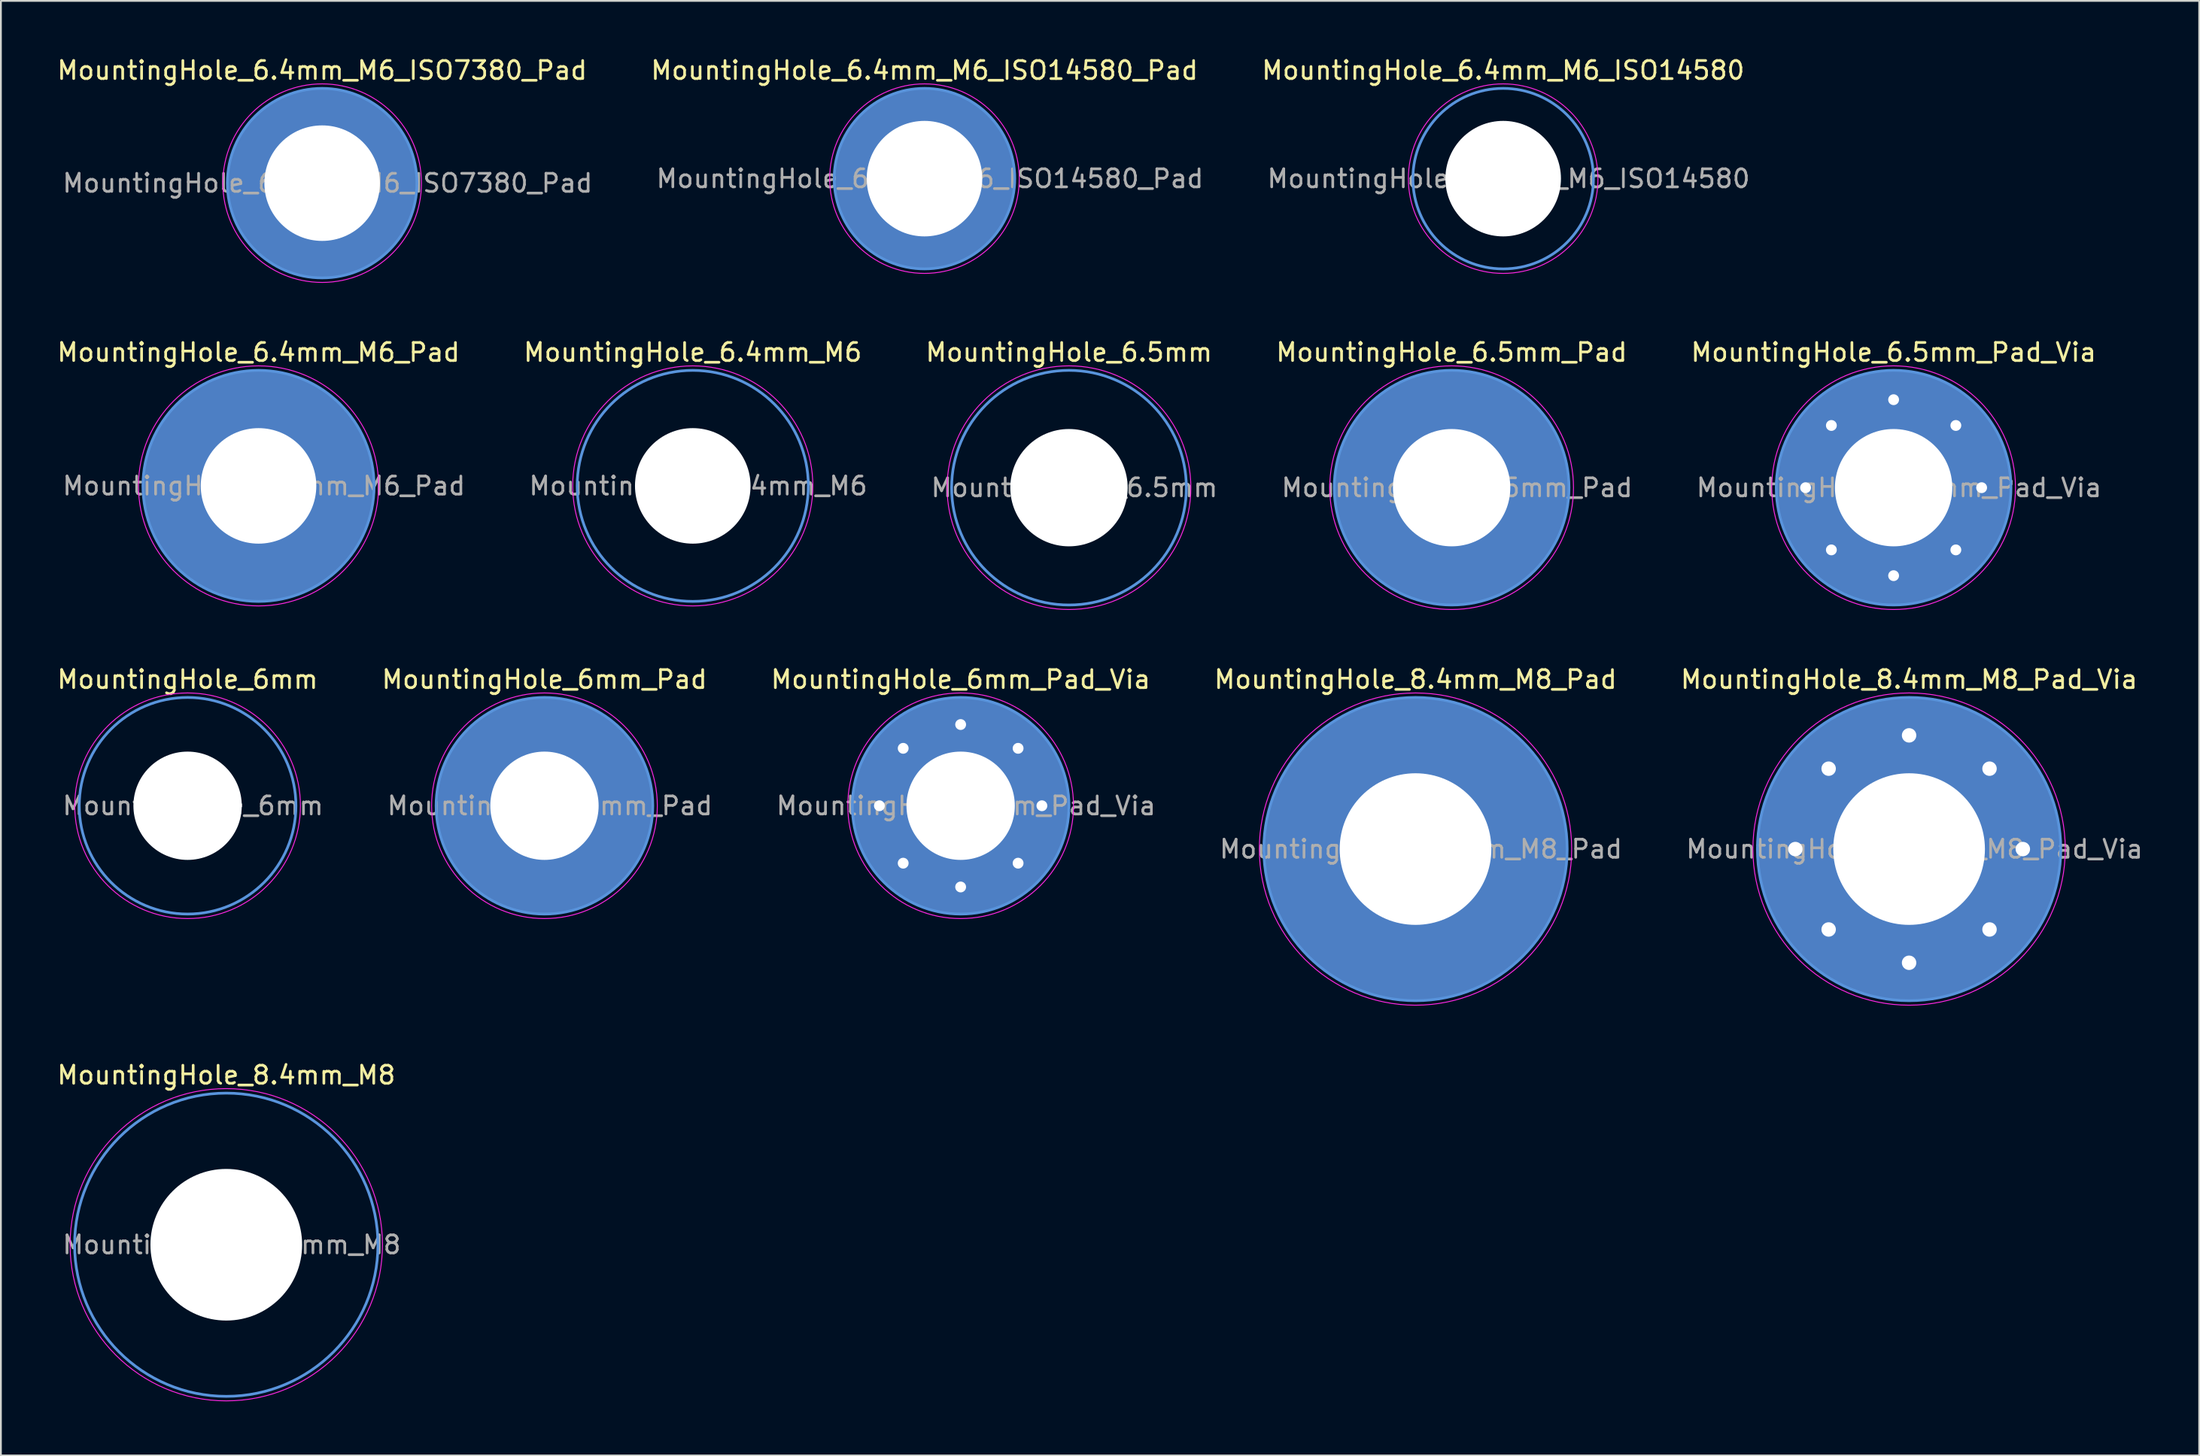
<source format=kicad_pcb>
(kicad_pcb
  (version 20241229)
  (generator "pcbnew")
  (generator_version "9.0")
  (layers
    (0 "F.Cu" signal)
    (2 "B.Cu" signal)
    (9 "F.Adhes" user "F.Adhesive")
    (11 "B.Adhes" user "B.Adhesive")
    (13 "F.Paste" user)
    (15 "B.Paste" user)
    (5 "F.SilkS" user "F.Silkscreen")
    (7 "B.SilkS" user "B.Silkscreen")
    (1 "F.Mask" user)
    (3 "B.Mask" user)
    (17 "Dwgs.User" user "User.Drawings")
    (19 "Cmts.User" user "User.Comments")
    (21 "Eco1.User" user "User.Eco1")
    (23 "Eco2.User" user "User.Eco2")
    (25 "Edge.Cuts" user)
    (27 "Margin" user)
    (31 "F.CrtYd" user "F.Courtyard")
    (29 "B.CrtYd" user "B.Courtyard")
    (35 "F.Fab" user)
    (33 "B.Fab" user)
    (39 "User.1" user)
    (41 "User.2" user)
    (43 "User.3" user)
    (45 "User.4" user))
  (footprint "MountingHole_6mm_Pad"
    (layer "F.Cu")
    (at 27.104 41.595)
    (property "Reference" "MountingHole_6mm_Pad" (at 0 -7 0) (layer "F.SilkS") (effects (font (size 1 1) (thickness 0.15))))
    (attr exclude_from_pos_files exclude_from_bom)
    (fp_circle (center 0 0) (end 6 0) (stroke (width 0.15) (type solid)) (fill no) (layer "Cmts.User"))
    (fp_circle (center 0 0) (end 6.25 0) (stroke (width 0.05) (type solid)) (fill no) (layer "F.CrtYd"))
    (fp_text user "${REFERENCE}" (at 0.3 0 0) (layer "F.Fab") (effects (font (size 1 1) (thickness 0.15))))
    (pad "1" thru_hole circle (at 0 0) (size 12 12) (drill 6) (layers "*.Cu" "*.Mask")))
  (footprint "MountingHole_6.5mm"
    (layer "F.Cu")
    (at 56.154 23.971)
    (property "Reference" "MountingHole_6.5mm" (at 0 -7.5 0) (layer "F.SilkS") (effects (font (size 1 1) (thickness 0.15))))
    (attr exclude_from_pos_files exclude_from_bom)
    (fp_circle (center 0 0) (end 6.5 0) (stroke (width 0.15) (type solid)) (fill no) (layer "Cmts.User"))
    (fp_circle (center 0 0) (end 6.75 0) (stroke (width 0.05) (type solid)) (fill no) (layer "F.CrtYd"))
    (fp_text user "${REFERENCE}" (at 0.3 0 0) (layer "F.Fab") (effects (font (size 1 1) (thickness 0.15))))
    (pad "" np_thru_hole circle (at 0 0) (size 6.5 6.5) (drill 6.5) (layers "*.Cu" "*.Mask")))
  (footprint "MountingHole_6.5mm_Pad"
    (layer "F.Cu")
    (at 77.346 23.971)
    (property "Reference" "MountingHole_6.5mm_Pad" (at 0 -7.5 0) (layer "F.SilkS") (effects (font (size 1 1) (thickness 0.15))))
    (attr exclude_from_pos_files exclude_from_bom)
    (fp_circle (center 0 0) (end 6.5 0) (stroke (width 0.15) (type solid)) (fill no) (layer "Cmts.User"))
    (fp_circle (center 0 0) (end 6.75 0) (stroke (width 0.05) (type solid)) (fill no) (layer "F.CrtYd"))
    (fp_text user "${REFERENCE}" (at 0.3 0 0) (layer "F.Fab") (effects (font (size 1 1) (thickness 0.15))))
    (pad "1" thru_hole circle (at 0 0) (size 13 13) (drill 6.5) (layers "*.Cu" "*.Mask")))
  (footprint "MountingHole_8.4mm_M8"
    (layer "F.Cu")
    (at 9.482 65.918)
    (property "Reference" "MountingHole_8.4mm_M8" (at 0 -9.4 0) (layer "F.SilkS") (effects (font (size 1 1) (thickness 0.15))))
    (attr exclude_from_pos_files exclude_from_bom)
    (fp_circle (center 0 0) (end 8.4 0) (stroke (width 0.15) (type solid)) (fill no) (layer "Cmts.User"))
    (fp_circle (center 0 0) (end 8.65 0) (stroke (width 0.05) (type solid)) (fill no) (layer "F.CrtYd"))
    (fp_text user "${REFERENCE}" (at 0.3 0 0) (layer "F.Fab") (effects (font (size 1 1) (thickness 0.15))))
    (pad "" np_thru_hole circle (at 0 0) (size 8.4 8.4) (drill 8.4) (layers "*.Cu" "*.Mask")))
  (footprint "MountingHole_6.4mm_M6_ISO14580"
    (layer "F.Cu")
    (at 80.201 6.848)
    (property "Reference" "MountingHole_6.4mm_M6_ISO14580" (at 0 -6 0) (layer "F.SilkS") (effects (font (size 1 1) (thickness 0.15))))
    (attr exclude_from_pos_files exclude_from_bom)
    (fp_circle (center 0 0) (end 5 0) (stroke (width 0.15) (type solid)) (fill no) (layer "Cmts.User"))
    (fp_circle (center 0 0) (end 5.25 0) (stroke (width 0.05) (type solid)) (fill no) (layer "F.CrtYd"))
    (fp_text user "${REFERENCE}" (at 0.3 0 0) (layer "F.Fab") (effects (font (size 1 1) (thickness 0.15))))
    (pad "" np_thru_hole circle (at 0 0) (size 6.4 6.4) (drill 6.4) (layers "*.Cu" "*.Mask")))
  (footprint "MountingHole_6.4mm_M6_ISO14580_Pad"
    (layer "F.Cu")
    (at 48.151 6.848)
    (property "Reference" "MountingHole_6.4mm_M6_ISO14580_Pad" (at 0 -6 0) (layer "F.SilkS") (effects (font (size 1 1) (thickness 0.15))))
    (attr exclude_from_pos_files exclude_from_bom)
    (fp_circle (center 0 0) (end 5 0) (stroke (width 0.15) (type solid)) (fill no) (layer "Cmts.User"))
    (fp_circle (center 0 0) (end 5.25 0) (stroke (width 0.05) (type solid)) (fill no) (layer "F.CrtYd"))
    (fp_text user "${REFERENCE}" (at 0.3 0 0) (layer "F.Fab") (effects (font (size 1 1) (thickness 0.15))))
    (pad "1" thru_hole circle (at 0 0) (size 10 10) (drill 6.4) (layers "*.Cu" "*.Mask")))
  (footprint "MountingHole_6.4mm_M6"
    (layer "F.Cu")
    (at 35.318 23.872)
    (property "Reference" "MountingHole_6.4mm_M6" (at 0 -7.4 0) (layer "F.SilkS") (effects (font (size 1 1) (thickness 0.15))))
    (attr exclude_from_pos_files exclude_from_bom)
    (fp_circle (center 0 0) (end 6.4 0) (stroke (width 0.15) (type solid)) (fill no) (layer "Cmts.User"))
    (fp_circle (center 0 0) (end 6.65 0) (stroke (width 0.05) (type solid)) (fill no) (layer "F.CrtYd"))
    (fp_text user "${REFERENCE}" (at 0.3 0 0) (layer "F.Fab") (effects (font (size 1 1) (thickness 0.15))))
    (pad "" np_thru_hole circle (at 0 0) (size 6.4 6.4) (drill 6.4) (layers "*.Cu" "*.Mask")))
  (footprint "MountingHole_6.4mm_M6_ISO7380_Pad"
    (layer "F.Cu")
    (at 14.792 7.098)
    (property "Reference" "MountingHole_6.4mm_M6_ISO7380_Pad" (at 0 -6.25 0) (layer "F.SilkS") (effects (font (size 1 1) (thickness 0.15))))
    (attr exclude_from_pos_files exclude_from_bom)
    (fp_circle (center 0 0) (end 5.25 0) (stroke (width 0.15) (type solid)) (fill no) (layer "Cmts.User"))
    (fp_circle (center 0 0) (end 5.5 0) (stroke (width 0.05) (type solid)) (fill no) (layer "F.CrtYd"))
    (fp_text user "${REFERENCE}" (at 0.3 0 0) (layer "F.Fab") (effects (font (size 1 1) (thickness 0.15))))
    (pad "1" thru_hole circle (at 0 0) (size 10.5 10.5) (drill 6.4) (layers "*.Cu" "*.Mask")))
  (footprint "MountingHole_6mm_Pad_Via"
    (layer "F.Cu")
    (at 50.154 41.595)
    (property "Reference" "MountingHole_6mm_Pad_Via" (at 0 -7 0) (layer "F.SilkS") (effects (font (size 1 1) (thickness 0.15))))
    (attr exclude_from_pos_files exclude_from_bom)
    (fp_circle (center 0 0) (end 6 0) (stroke (width 0.15) (type solid)) (fill no) (layer "Cmts.User"))
    (fp_circle (center 0 0) (end 6.25 0) (stroke (width 0.05) (type solid)) (fill no) (layer "F.CrtYd"))
    (fp_text user "${REFERENCE}" (at 0.3 0 0) (layer "F.Fab") (effects (font (size 1 1) (thickness 0.15))))
    (pad "1" thru_hole circle (at -4.5 0) (size 0.9 0.9) (drill 0.6) (layers "*.Cu" "*.Mask"))
    (pad "1" thru_hole circle (at -3.182 -3.182) (size 0.9 0.9) (drill 0.6) (layers "*.Cu" "*.Mask"))
    (pad "1" thru_hole circle (at -3.182 3.182) (size 0.9 0.9) (drill 0.6) (layers "*.Cu" "*.Mask"))
    (pad "1" thru_hole circle (at 0 -4.5) (size 0.9 0.9) (drill 0.6) (layers "*.Cu" "*.Mask"))
    (pad "1" thru_hole circle (at 0 0) (size 12 12) (drill 6) (layers "*.Cu" "*.Mask"))
    (pad "1" thru_hole circle (at 0 4.5) (size 0.9 0.9) (drill 0.6) (layers "*.Cu" "*.Mask"))
    (pad "1" thru_hole circle (at 3.182 -3.182) (size 0.9 0.9) (drill 0.6) (layers "*.Cu" "*.Mask"))
    (pad "1" thru_hole circle (at 3.182 3.182) (size 0.9 0.9) (drill 0.6) (layers "*.Cu" "*.Mask"))
    (pad "1" thru_hole circle (at 4.5 0) (size 0.9 0.9) (drill 0.6) (layers "*.Cu" "*.Mask")))
  (footprint "MountingHole_8.4mm_M8_Pad"
    (layer "F.Cu")
    (at 75.346 43.995)
    (property "Reference" "MountingHole_8.4mm_M8_Pad" (at 0 -9.4 0) (layer "F.SilkS") (effects (font (size 1 1) (thickness 0.15))))
    (attr exclude_from_pos_files exclude_from_bom)
    (fp_circle (center 0 0) (end 8.4 0) (stroke (width 0.15) (type solid)) (fill no) (layer "Cmts.User"))
    (fp_circle (center 0 0) (end 8.65 0) (stroke (width 0.05) (type solid)) (fill no) (layer "F.CrtYd"))
    (fp_text user "${REFERENCE}" (at 0.3 0 0) (layer "F.Fab") (effects (font (size 1 1) (thickness 0.15))))
    (pad "1" thru_hole circle (at 0 0) (size 16.8 16.8) (drill 8.4) (layers "*.Cu" "*.Mask")))
  (footprint "MountingHole_6mm"
    (layer "F.Cu")
    (at 7.339 41.595)
    (property "Reference" "MountingHole_6mm" (at 0 -7 0) (layer "F.SilkS") (effects (font (size 1 1) (thickness 0.15))))
    (attr exclude_from_pos_files exclude_from_bom)
    (fp_circle (center 0 0) (end 6 0) (stroke (width 0.15) (type solid)) (fill no) (layer "Cmts.User"))
    (fp_circle (center 0 0) (end 6.25 0) (stroke (width 0.05) (type solid)) (fill no) (layer "F.CrtYd"))
    (fp_text user "${REFERENCE}" (at 0.3 0 0) (layer "F.Fab") (effects (font (size 1 1) (thickness 0.15))))
    (pad "" np_thru_hole circle (at 0 0) (size 6 6) (drill 6) (layers "*.Cu" "*.Mask")))
  (footprint "MountingHole_6.4mm_M6_Pad"
    (layer "F.Cu")
    (at 11.268 23.872)
    (property "Reference" "MountingHole_6.4mm_M6_Pad" (at 0 -7.4 0) (layer "F.SilkS") (effects (font (size 1 1) (thickness 0.15))))
    (attr exclude_from_pos_files exclude_from_bom)
    (fp_circle (center 0 0) (end 6.4 0) (stroke (width 0.15) (type solid)) (fill no) (layer "Cmts.User"))
    (fp_circle (center 0 0) (end 6.65 0) (stroke (width 0.05) (type solid)) (fill no) (layer "F.CrtYd"))
    (fp_text user "${REFERENCE}" (at 0.3 0 0) (layer "F.Fab") (effects (font (size 1 1) (thickness 0.15))))
    (pad "1" thru_hole circle (at 0 0) (size 12.8 12.8) (drill 6.4) (layers "*.Cu" "*.Mask")))
  (footprint "MountingHole_8.4mm_M8_Pad_Via"
    (layer "F.Cu")
    (at 102.682 43.995)
    (property "Reference" "MountingHole_8.4mm_M8_Pad_Via" (at 0 -9.4 0) (layer "F.SilkS") (effects (font (size 1 1) (thickness 0.15))))
    (attr exclude_from_pos_files exclude_from_bom)
    (fp_circle (center 0 0) (end 8.4 0) (stroke (width 0.15) (type solid)) (fill no) (layer "Cmts.User"))
    (fp_circle (center 0 0) (end 8.65 0) (stroke (width 0.05) (type solid)) (fill no) (layer "F.CrtYd"))
    (fp_text user "${REFERENCE}" (at 0.3 0 0) (layer "F.Fab") (effects (font (size 1 1) (thickness 0.15))))
    (pad "1" thru_hole circle (at -6.3 0) (size 1.1 1.1) (drill 0.8) (layers "*.Cu" "*.Mask"))
    (pad "1" thru_hole circle (at -4.455 -4.455) (size 1.1 1.1) (drill 0.8) (layers "*.Cu" "*.Mask"))
    (pad "1" thru_hole circle (at -4.455 4.455) (size 1.1 1.1) (drill 0.8) (layers "*.Cu" "*.Mask"))
    (pad "1" thru_hole circle (at 0 -6.3) (size 1.1 1.1) (drill 0.8) (layers "*.Cu" "*.Mask"))
    (pad "1" thru_hole circle (at 0 0) (size 16.8 16.8) (drill 8.4) (layers "*.Cu" "*.Mask"))
    (pad "1" thru_hole circle (at 0 6.3) (size 1.1 1.1) (drill 0.8) (layers "*.Cu" "*.Mask"))
    (pad "1" thru_hole circle (at 4.455 -4.455) (size 1.1 1.1) (drill 0.8) (layers "*.Cu" "*.Mask"))
    (pad "1" thru_hole circle (at 4.455 4.455) (size 1.1 1.1) (drill 0.8) (layers "*.Cu" "*.Mask"))
    (pad "1" thru_hole circle (at 6.3 0) (size 1.1 1.1) (drill 0.8) (layers "*.Cu" "*.Mask")))
  (footprint "MountingHole_6.5mm_Pad_Via"
    (layer "F.Cu")
    (at 101.825 23.971)
    (property "Reference" "MountingHole_6.5mm_Pad_Via" (at 0 -7.5 0) (layer "F.SilkS") (effects (font (size 1 1) (thickness 0.15))))
    (attr exclude_from_pos_files exclude_from_bom)
    (fp_circle (center 0 0) (end 6.5 0) (stroke (width 0.15) (type solid)) (fill no) (layer "Cmts.User"))
    (fp_circle (center 0 0) (end 6.75 0) (stroke (width 0.05) (type solid)) (fill no) (layer "F.CrtYd"))
    (fp_text user "${REFERENCE}" (at 0.3 0 0) (layer "F.Fab") (effects (font (size 1 1) (thickness 0.15))))
    (pad "1" thru_hole circle (at -4.875 0) (size 0.9 0.9) (drill 0.6) (layers "*.Cu" "*.Mask"))
    (pad "1" thru_hole circle (at -3.447 -3.447) (size 0.9 0.9) (drill 0.6) (layers "*.Cu" "*.Mask"))
    (pad "1" thru_hole circle (at -3.447 3.447) (size 0.9 0.9) (drill 0.6) (layers "*.Cu" "*.Mask"))
    (pad "1" thru_hole circle (at 0 -4.875) (size 0.9 0.9) (drill 0.6) (layers "*.Cu" "*.Mask"))
    (pad "1" thru_hole circle (at 0 0) (size 13 13) (drill 6.5) (layers "*.Cu" "*.Mask"))
    (pad "1" thru_hole circle (at 0 4.875) (size 0.9 0.9) (drill 0.6) (layers "*.Cu" "*.Mask"))
    (pad "1" thru_hole circle (at 3.447 -3.447) (size 0.9 0.9) (drill 0.6) (layers "*.Cu" "*.Mask"))
    (pad "1" thru_hole circle (at 3.447 3.447) (size 0.9 0.9) (drill 0.6) (layers "*.Cu" "*.Mask"))
    (pad "1" thru_hole circle (at 4.875 0) (size 0.9 0.9) (drill 0.6) (layers "*.Cu" "*.Mask")))
  (gr_rect
    (start -3 -3)
    (end 118.75 77.593)
    (stroke (width 0.1) (type default))
    (fill no)
    (layer "Edge.Cuts")))
</source>
